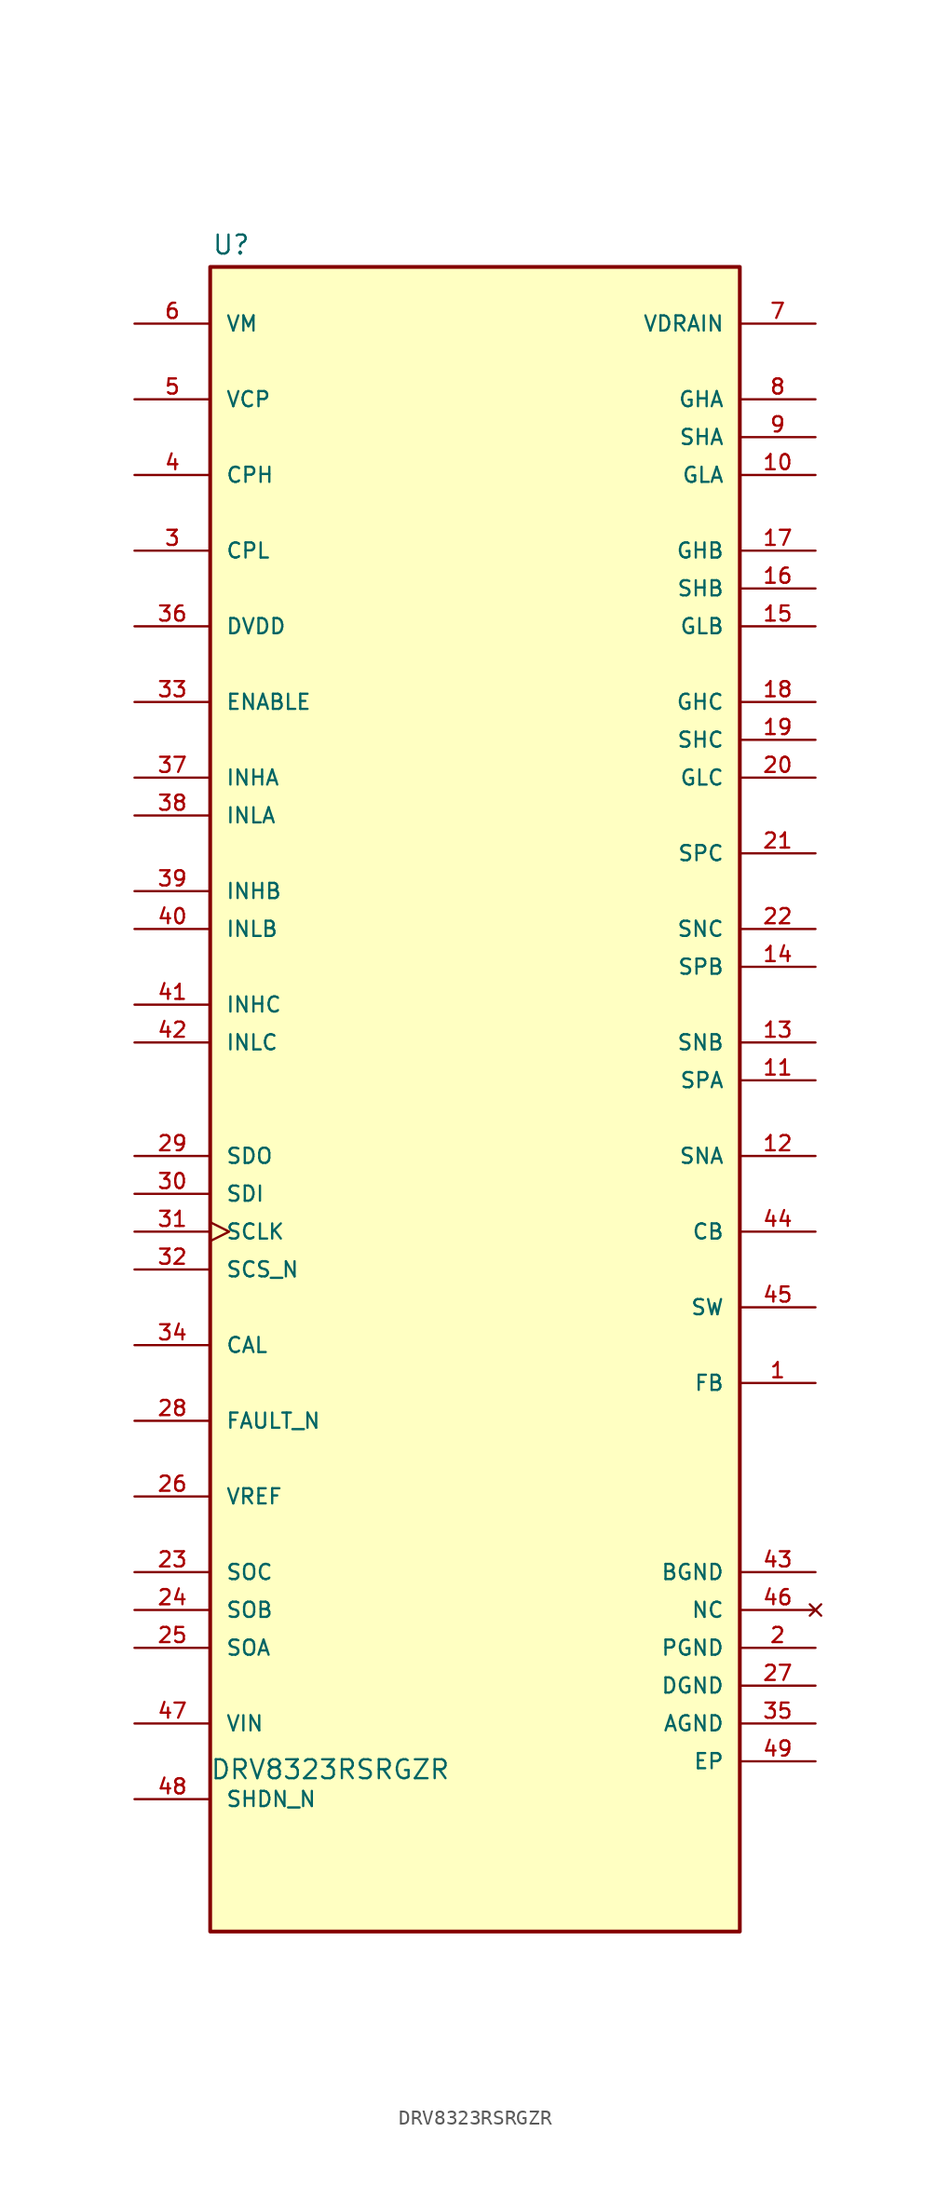
<source format=kicad_sym>
(kicad_symbol_lib
  (version 20220914)
  (generator kicad_symbol_editor)
  (symbol "DRV8323RSRGZR"
    (pin_names
      (offset 1.016))
    (property "Reference" "U"
      (at -17.678 48.997 0)
      (effects (font (size 1.27 1.27)) (justify left bottom)))
    (property "Value" "DRV8323RSRGZR"
      (at -17.805 -53.365 0)
      (effects (font (size 1.27 1.27)) (justify left bottom)))
    (symbol "DRV8323RSRGZR_0_0"
      (rectangle (start -17.78 48.26) (end 17.78 -63.5) (stroke (width 0.254) (type default)) (fill (type background)))
      (pin input line (at 22.86 -26.67 180) (length 5.08) (name "FB" (effects (font (size 1.016 1.016)))) (number "1" (effects (font (size 1.016 1.016)))))
      (pin output line (at 22.86 34.29 180) (length 5.08) (name "GLA" (effects (font (size 1.016 1.016)))) (number "10" (effects (font (size 1.016 1.016)))))
      (pin input line (at 22.86 -6.35 180) (length 5.08) (name "SPA" (effects (font (size 1.016 1.016)))) (number "11" (effects (font (size 1.016 1.016)))))
      (pin input line (at 22.86 -11.43 180) (length 5.08) (name "SNA" (effects (font (size 1.016 1.016)))) (number "12" (effects (font (size 1.016 1.016)))))
      (pin input line (at 22.86 -3.81 180) (length 5.08) (name "SNB" (effects (font (size 1.016 1.016)))) (number "13" (effects (font (size 1.016 1.016)))))
      (pin input line (at 22.86 1.27 180) (length 5.08) (name "SPB" (effects (font (size 1.016 1.016)))) (number "14" (effects (font (size 1.016 1.016)))))
      (pin output line (at 22.86 24.13 180) (length 5.08) (name "GLB" (effects (font (size 1.016 1.016)))) (number "15" (effects (font (size 1.016 1.016)))))
      (pin input line (at 22.86 26.67 180) (length 5.08) (name "SHB" (effects (font (size 1.016 1.016)))) (number "16" (effects (font (size 1.016 1.016)))))
      (pin output line (at 22.86 29.21 180) (length 5.08) (name "GHB" (effects (font (size 1.016 1.016)))) (number "17" (effects (font (size 1.016 1.016)))))
      (pin output line (at 22.86 19.05 180) (length 5.08) (name "GHC" (effects (font (size 1.016 1.016)))) (number "18" (effects (font (size 1.016 1.016)))))
      (pin input line (at 22.86 16.51 180) (length 5.08) (name "SHC" (effects (font (size 1.016 1.016)))) (number "19" (effects (font (size 1.016 1.016)))))
      (pin power_in line (at 22.86 -44.45 180) (length 5.08) (name "PGND" (effects (font (size 1.016 1.016)))) (number "2" (effects (font (size 1.016 1.016)))))
      (pin output line (at 22.86 13.97 180) (length 5.08) (name "GLC" (effects (font (size 1.016 1.016)))) (number "20" (effects (font (size 1.016 1.016)))))
      (pin input line (at 22.86 8.89 180) (length 5.08) (name "SPC" (effects (font (size 1.016 1.016)))) (number "21" (effects (font (size 1.016 1.016)))))
      (pin input line (at 22.86 3.81 180) (length 5.08) (name "SNC" (effects (font (size 1.016 1.016)))) (number "22" (effects (font (size 1.016 1.016)))))
      (pin output line (at -22.86 -39.37 0) (length 5.08) (name "SOC" (effects (font (size 1.016 1.016)))) (number "23" (effects (font (size 1.016 1.016)))))
      (pin output line (at -22.86 -41.91 0) (length 5.08) (name "SOB" (effects (font (size 1.016 1.016)))) (number "24" (effects (font (size 1.016 1.016)))))
      (pin output line (at -22.86 -44.45 0) (length 5.08) (name "SOA" (effects (font (size 1.016 1.016)))) (number "25" (effects (font (size 1.016 1.016)))))
      (pin power_in line (at -22.86 -34.29 0) (length 5.08) (name "VREF" (effects (font (size 1.016 1.016)))) (number "26" (effects (font (size 1.016 1.016)))))
      (pin power_in line (at 22.86 -46.99 180) (length 5.08) (name "DGND" (effects (font (size 1.016 1.016)))) (number "27" (effects (font (size 1.016 1.016)))))
      (pin output line (at -22.86 -29.21 0) (length 5.08) (name "FAULT_N" (effects (font (size 1.016 1.016)))) (number "28" (effects (font (size 1.016 1.016)))))
      (pin output line (at -22.86 -11.43 0) (length 5.08) (name "SDO" (effects (font (size 1.016 1.016)))) (number "29" (effects (font (size 1.016 1.016)))))
      (pin passive line (at -22.86 29.21 0) (length 5.08) (name "CPL" (effects (font (size 1.016 1.016)))) (number "3" (effects (font (size 1.016 1.016)))))
      (pin input line (at -22.86 -13.97 0) (length 5.08) (name "SDI" (effects (font (size 1.016 1.016)))) (number "30" (effects (font (size 1.016 1.016)))))
      (pin input clock (at -22.86 -16.51 0) (length 5.08) (name "SCLK" (effects (font (size 1.016 1.016)))) (number "31" (effects (font (size 1.016 1.016)))))
      (pin input line (at -22.86 -19.05 0) (length 5.08) (name "SCS_N" (effects (font (size 1.016 1.016)))) (number "32" (effects (font (size 1.016 1.016)))))
      (pin input line (at -22.86 19.05 0) (length 5.08) (name "ENABLE" (effects (font (size 1.016 1.016)))) (number "33" (effects (font (size 1.016 1.016)))))
      (pin input line (at -22.86 -24.13 0) (length 5.08) (name "CAL" (effects (font (size 1.016 1.016)))) (number "34" (effects (font (size 1.016 1.016)))))
      (pin power_in line (at 22.86 -49.53 180) (length 5.08) (name "AGND" (effects (font (size 1.016 1.016)))) (number "35" (effects (font (size 1.016 1.016)))))
      (pin power_in line (at -22.86 24.13 0) (length 5.08) (name "DVDD" (effects (font (size 1.016 1.016)))) (number "36" (effects (font (size 1.016 1.016)))))
      (pin input line (at -22.86 13.97 0) (length 5.08) (name "INHA" (effects (font (size 1.016 1.016)))) (number "37" (effects (font (size 1.016 1.016)))))
      (pin input line (at -22.86 11.43 0) (length 5.08) (name "INLA" (effects (font (size 1.016 1.016)))) (number "38" (effects (font (size 1.016 1.016)))))
      (pin input line (at -22.86 6.35 0) (length 5.08) (name "INHB" (effects (font (size 1.016 1.016)))) (number "39" (effects (font (size 1.016 1.016)))))
      (pin passive line (at -22.86 34.29 0) (length 5.08) (name "CPH" (effects (font (size 1.016 1.016)))) (number "4" (effects (font (size 1.016 1.016)))))
      (pin input line (at -22.86 3.81 0) (length 5.08) (name "INLB" (effects (font (size 1.016 1.016)))) (number "40" (effects (font (size 1.016 1.016)))))
      (pin input line (at -22.86 -1.27 0) (length 5.08) (name "INHC" (effects (font (size 1.016 1.016)))) (number "41" (effects (font (size 1.016 1.016)))))
      (pin input line (at -22.86 -3.81 0) (length 5.08) (name "INLC" (effects (font (size 1.016 1.016)))) (number "42" (effects (font (size 1.016 1.016)))))
      (pin power_in line (at 22.86 -39.37 180) (length 5.08) (name "BGND" (effects (font (size 1.016 1.016)))) (number "43" (effects (font (size 1.016 1.016)))))
      (pin power_in line (at 22.86 -16.51 180) (length 5.08) (name "CB" (effects (font (size 1.016 1.016)))) (number "44" (effects (font (size 1.016 1.016)))))
      (pin output line (at 22.86 -21.59 180) (length 5.08) (name "SW" (effects (font (size 1.016 1.016)))) (number "45" (effects (font (size 1.016 1.016)))))
      (pin no_connect line (at 22.86 -41.91 180) (length 5.08) (name "NC" (effects (font (size 1.016 1.016)))) (number "46" (effects (font (size 1.016 1.016)))))
      (pin power_in line (at -22.86 -49.53 0) (length 5.08) (name "VIN" (effects (font (size 1.016 1.016)))) (number "47" (effects (font (size 1.016 1.016)))))
      (pin input line (at -22.86 -54.61 0) (length 5.08) (name "SHDN_N" (effects (font (size 1.016 1.016)))) (number "48" (effects (font (size 1.016 1.016)))))
      (pin power_in line (at 22.86 -52.07 180) (length 5.08) (name "EP" (effects (font (size 1.016 1.016)))) (number "49" (effects (font (size 1.016 1.016)))))
      (pin power_in line (at -22.86 39.37 0) (length 5.08) (name "VCP" (effects (font (size 1.016 1.016)))) (number "5" (effects (font (size 1.016 1.016)))))
      (pin power_in line (at -22.86 44.45 0) (length 5.08) (name "VM" (effects (font (size 1.016 1.016)))) (number "6" (effects (font (size 1.016 1.016)))))
      (pin input line (at 22.86 44.45 180) (length 5.08) (name "VDRAIN" (effects (font (size 1.016 1.016)))) (number "7" (effects (font (size 1.016 1.016)))))
      (pin output line (at 22.86 39.37 180) (length 5.08) (name "GHA" (effects (font (size 1.016 1.016)))) (number "8" (effects (font (size 1.016 1.016)))))
      (pin input line (at 22.86 36.83 180) (length 5.08) (name "SHA" (effects (font (size 1.016 1.016)))) (number "9" (effects (font (size 1.016 1.016))))))))
</source>
